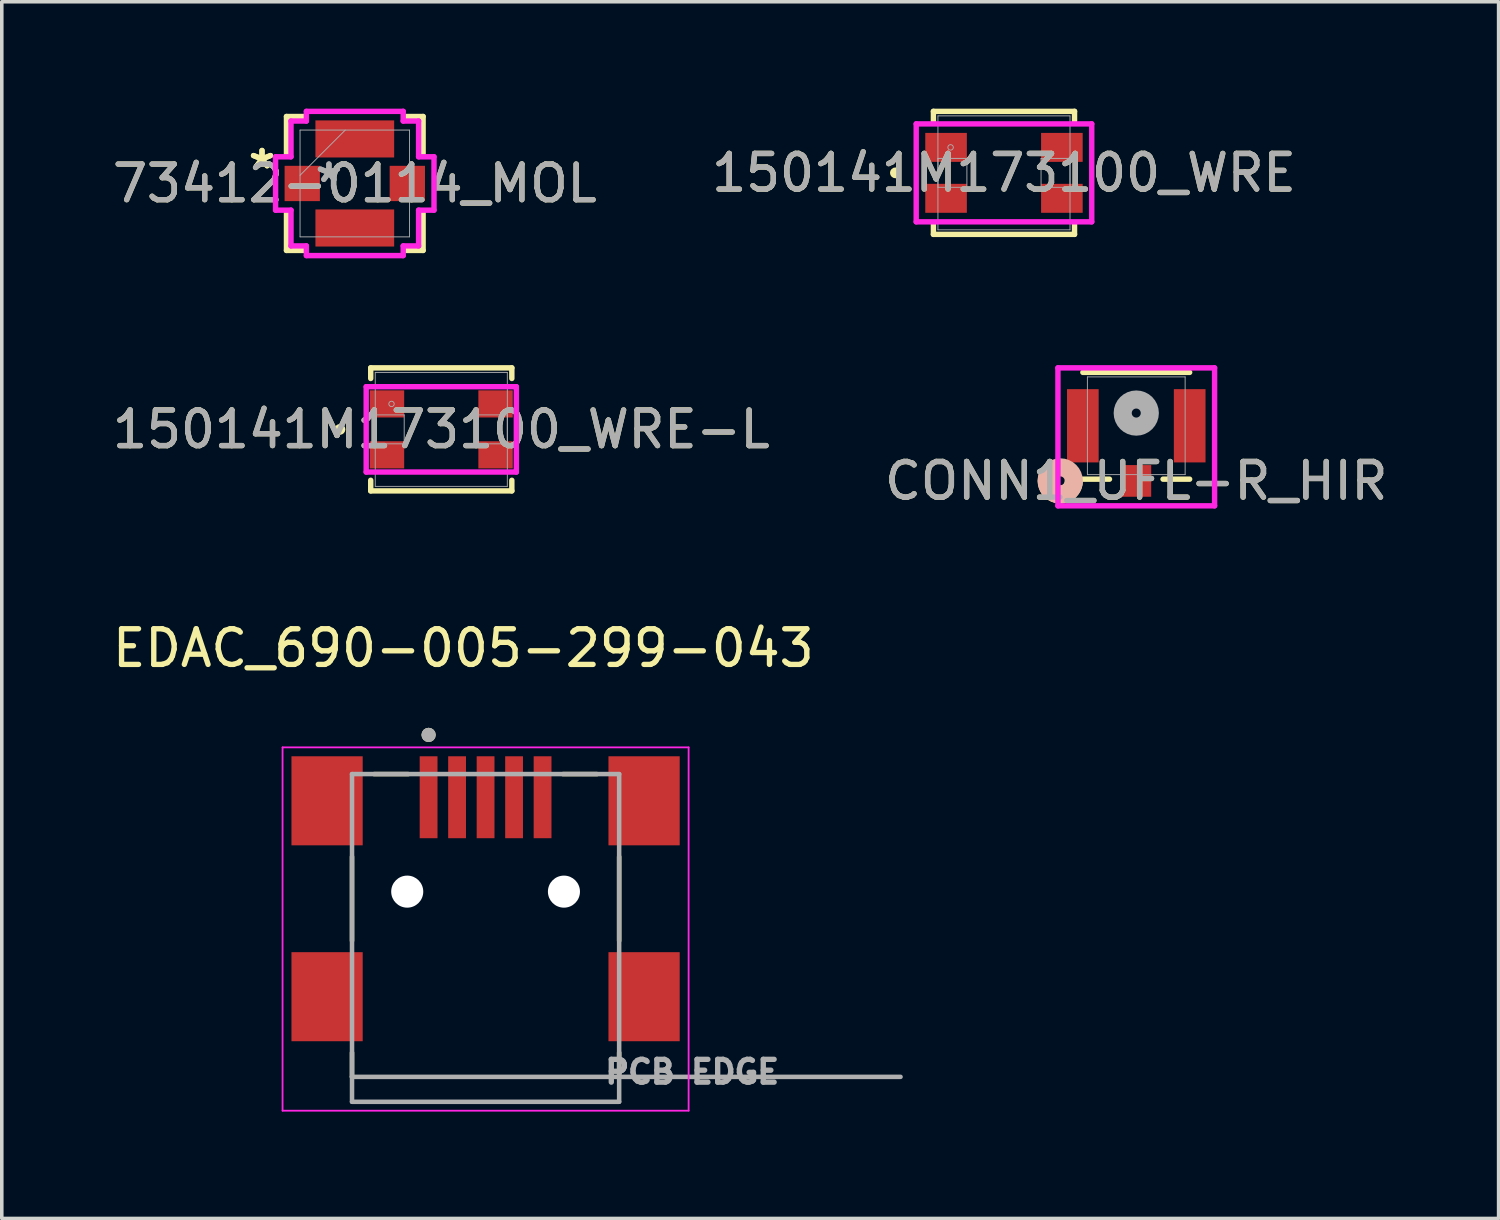
<source format=kicad_pcb>
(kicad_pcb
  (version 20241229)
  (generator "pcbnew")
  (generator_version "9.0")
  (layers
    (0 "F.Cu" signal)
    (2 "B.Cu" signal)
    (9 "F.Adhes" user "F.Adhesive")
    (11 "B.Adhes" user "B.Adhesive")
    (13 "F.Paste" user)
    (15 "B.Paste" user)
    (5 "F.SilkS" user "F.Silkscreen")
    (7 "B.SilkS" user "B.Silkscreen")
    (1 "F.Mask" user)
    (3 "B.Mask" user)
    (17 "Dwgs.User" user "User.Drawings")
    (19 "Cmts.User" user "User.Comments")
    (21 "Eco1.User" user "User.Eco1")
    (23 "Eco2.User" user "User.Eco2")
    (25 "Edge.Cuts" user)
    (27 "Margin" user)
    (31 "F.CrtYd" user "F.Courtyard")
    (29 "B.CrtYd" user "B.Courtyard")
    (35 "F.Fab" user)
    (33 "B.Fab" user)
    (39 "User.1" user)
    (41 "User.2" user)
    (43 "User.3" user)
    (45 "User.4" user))
  (footprint "EDAC_690-005-299-043"
    (layer "F.Cu")
    (at 10.583 21.983)
    (property "Reference" "EDAC_690-005-299-043" (at -0.625 -6.835 0) (layer "F.SilkS") (effects (font (size 1 1) (thickness 0.15))))
    (attr smd)
    (fp_line (start -3.75 1.38) (end -3.75 -0.98) (stroke (width 0.127) (type solid)) (layer "F.SilkS"))
    (fp_line (start -3.75 4.52) (end -3.75 5.2) (stroke (width 0.127) (type solid)) (layer "F.SilkS"))
    (fp_line (start -3.13 -3.3) (end -2.17 -3.3) (stroke (width 0.127) (type solid)) (layer "F.SilkS"))
    (fp_line (start 3.13 -3.3) (end 2.17 -3.3) (stroke (width 0.127) (type solid)) (layer "F.SilkS"))
    (fp_line (start 3.75 1.38) (end 3.75 -0.98) (stroke (width 0.127) (type solid)) (layer "F.SilkS"))
    (fp_line (start 3.75 4.52) (end 3.75 5.2) (stroke (width 0.127) (type solid)) (layer "F.SilkS"))
    (fp_circle (center -1.6 -4.4) (end -1.5 -4.4) (stroke (width 0.2) (type solid)) (fill no) (layer "F.SilkS"))
    (fp_line (start -5.7 -4.05) (end -5.7 6.15) (stroke (width 0.05) (type solid)) (layer "F.CrtYd"))
    (fp_line (start -5.7 6.15) (end 5.7 6.15) (stroke (width 0.05) (type solid)) (layer "F.CrtYd"))
    (fp_line (start 5.7 -4.05) (end -5.7 -4.05) (stroke (width 0.05) (type solid)) (layer "F.CrtYd"))
    (fp_line (start 5.7 6.15) (end 5.7 -4.05) (stroke (width 0.05) (type solid)) (layer "F.CrtYd"))
    (fp_line (start -3.75 -3.3) (end -3.75 5.2) (stroke (width 0.127) (type solid)) (layer "F.Fab"))
    (fp_line (start -3.75 5.2) (end -3.75 5.9) (stroke (width 0.127) (type solid)) (layer "F.Fab"))
    (fp_line (start -3.75 5.2) (end 11.65 5.2) (stroke (width 0.127) (type solid)) (layer "F.Fab"))
    (fp_line (start -3.75 5.9) (end 3.75 5.9) (stroke (width 0.127) (type solid)) (layer "F.Fab"))
    (fp_line (start 3.75 -3.3) (end -3.75 -3.3) (stroke (width 0.127) (type solid)) (layer "F.Fab"))
    (fp_line (start 3.75 5.9) (end 3.75 -3.3) (stroke (width 0.127) (type solid)) (layer "F.Fab"))
    (fp_circle (center -1.6 -4.4) (end -1.5 -4.4) (stroke (width 0.2) (type solid)) (fill no) (layer "F.Fab"))
    (fp_text user "PCB EDGE" (at 5.8 5.06 0) (layer "F.Fab") (effects (font (size 0.64 0.64) (thickness 0.15))))
    (pad "" np_thru_hole circle (at -2.2 0) (size 0.9 0.9) (drill 0.9) (layers "*.Cu" "*.Mask"))
    (pad "" np_thru_hole circle (at 2.2 0) (size 0.9 0.9) (drill 0.9) (layers "*.Cu" "*.Mask"))
    (pad "1" smd rect (at -1.6 -2.65) (size 0.5 2.3) (layers "F.Cu" "F.Mask" "F.Paste"))
    (pad "2" smd rect (at -0.8 -2.65) (size 0.5 2.3) (layers "F.Cu" "F.Mask" "F.Paste"))
    (pad "3" smd rect (at 0 -2.65) (size 0.5 2.3) (layers "F.Cu" "F.Mask" "F.Paste"))
    (pad "4" smd rect (at 0.8 -2.65) (size 0.5 2.3) (layers "F.Cu" "F.Mask" "F.Paste"))
    (pad "5" smd rect (at 1.6 -2.65) (size 0.5 2.3) (layers "F.Cu" "F.Mask" "F.Paste"))
    (pad "S1" smd rect (at -4.45 -2.55) (size 2 2.5) (layers "F.Cu" "F.Mask" "F.Paste"))
    (pad "S2" smd rect (at 4.45 -2.55) (size 2 2.5) (layers "F.Cu" "F.Mask" "F.Paste"))
    (pad "S3" smd rect (at 4.45 2.95) (size 2 2.5) (layers "F.Cu" "F.Mask" "F.Paste"))
    (pad "S4" smd rect (at -4.45 2.95) (size 2 2.5) (layers "F.Cu" "F.Mask" "F.Paste"))
    (zone (net_name "") (layer "F.Cu") (hatch full 0.508) (connect_pads) (min_thickness 0.01) (filled_areas_thickness no) (keepout (tracks not_allowed) (vias not_allowed) (pads not_allowed) (copperpour not_allowed) (footprints allowed)) (placement (enabled no)) (fill) (polygon (pts (xy 7.133 18.183) (xy 7.133 25.983) (xy 7.133 27.183) (xy 14.033 27.183) (xy 14.033 18.183) (xy 12.433 18.183) (xy 12.433 20.483) (xy 8.733 20.483) (xy 8.733 18.183))))
    (zone (net_name "") (layers "F.Cu" "B.Cu") (hatch full 0.508) (connect_pads) (min_thickness 0.01) (filled_areas_thickness no) (keepout (tracks allowed) (vias not_allowed) (pads allowed) (copperpour allowed) (footprints allowed)) (placement (enabled no)) (fill) (polygon (pts (xy 7.133 18.183) (xy 7.133 27.183) (xy 14.033 27.183) (xy 14.033 18.183) (xy 12.433 18.183) (xy 12.433 20.483) (xy 8.733 20.483) (xy 8.733 18.183)))))
  (footprint "73412-0114_MOL"
    (layer "F.Cu")
    (at 6.911 2.101)
    (property "Reference" "73412-0114_MOL" (at 0 0 0) (unlocked yes) (layer "F.SilkS") (effects (font (size 1 1) (thickness 0.15))))
    (attr smd)
    (fp_line (start -1.918 -1.88) (end -1.918 -0.828) (stroke (width 0.152) (type solid)) (layer "F.SilkS"))
    (fp_line (start -1.918 0.828) (end -1.918 1.88) (stroke (width 0.152) (type solid)) (layer "F.SilkS"))
    (fp_line (start -1.918 1.88) (end -1.419 1.88) (stroke (width 0.152) (type solid)) (layer "F.SilkS"))
    (fp_line (start -1.419 -1.88) (end -1.918 -1.88) (stroke (width 0.152) (type solid)) (layer "F.SilkS"))
    (fp_line (start 1.419 1.88) (end 1.918 1.88) (stroke (width 0.152) (type solid)) (layer "F.SilkS"))
    (fp_line (start 1.918 -1.88) (end 1.419 -1.88) (stroke (width 0.152) (type solid)) (layer "F.SilkS"))
    (fp_line (start 1.918 -0.828) (end 1.918 -1.88) (stroke (width 0.152) (type solid)) (layer "F.SilkS"))
    (fp_line (start 1.918 1.88) (end 1.918 0.828) (stroke (width 0.152) (type solid)) (layer "F.SilkS"))
    (fp_line (start -2.224 -0.749) (end -2.224 0.749) (stroke (width 0.152) (type solid)) (layer "F.CrtYd"))
    (fp_line (start -2.224 0.749) (end -1.791 0.749) (stroke (width 0.152) (type solid)) (layer "F.CrtYd"))
    (fp_line (start -1.791 -1.753) (end -1.791 -0.749) (stroke (width 0.152) (type solid)) (layer "F.CrtYd"))
    (fp_line (start -1.791 -0.749) (end -2.224 -0.749) (stroke (width 0.152) (type solid)) (layer "F.CrtYd"))
    (fp_line (start -1.791 0.749) (end -1.791 1.753) (stroke (width 0.152) (type solid)) (layer "F.CrtYd"))
    (fp_line (start -1.791 1.753) (end -1.359 1.753) (stroke (width 0.152) (type solid)) (layer "F.CrtYd"))
    (fp_line (start -1.359 -2.025) (end -1.359 -1.753) (stroke (width 0.152) (type solid)) (layer "F.CrtYd"))
    (fp_line (start -1.359 -1.753) (end -1.791 -1.753) (stroke (width 0.152) (type solid)) (layer "F.CrtYd"))
    (fp_line (start -1.359 1.753) (end -1.359 2.025) (stroke (width 0.152) (type solid)) (layer "F.CrtYd"))
    (fp_line (start -1.359 2.025) (end 1.359 2.025) (stroke (width 0.152) (type solid)) (layer "F.CrtYd"))
    (fp_line (start 1.359 -2.025) (end -1.359 -2.025) (stroke (width 0.152) (type solid)) (layer "F.CrtYd"))
    (fp_line (start 1.359 -1.753) (end 1.359 -2.025) (stroke (width 0.152) (type solid)) (layer "F.CrtYd"))
    (fp_line (start 1.359 1.753) (end 1.791 1.753) (stroke (width 0.152) (type solid)) (layer "F.CrtYd"))
    (fp_line (start 1.359 2.025) (end 1.359 1.753) (stroke (width 0.152) (type solid)) (layer "F.CrtYd"))
    (fp_line (start 1.791 -1.753) (end 1.359 -1.753) (stroke (width 0.152) (type solid)) (layer "F.CrtYd"))
    (fp_line (start 1.791 -0.749) (end 1.791 -1.753) (stroke (width 0.152) (type solid)) (layer "F.CrtYd"))
    (fp_line (start 1.791 0.749) (end 2.224 0.749) (stroke (width 0.152) (type solid)) (layer "F.CrtYd"))
    (fp_line (start 1.791 1.753) (end 1.791 0.749) (stroke (width 0.152) (type solid)) (layer "F.CrtYd"))
    (fp_line (start 2.224 -0.749) (end 1.791 -0.749) (stroke (width 0.152) (type solid)) (layer "F.CrtYd"))
    (fp_line (start 2.224 0.749) (end 2.224 -0.749) (stroke (width 0.152) (type solid)) (layer "F.CrtYd"))
    (fp_line (start -1.537 -1.499) (end -1.537 1.499) (stroke (width 0.025) (type solid)) (layer "F.Fab"))
    (fp_line (start -1.537 -0.229) (end -0.267 -1.499) (stroke (width 0.025) (type solid)) (layer "F.Fab"))
    (fp_line (start -1.537 1.499) (end 1.537 1.499) (stroke (width 0.025) (type solid)) (layer "F.Fab"))
    (fp_line (start 1.537 -1.499) (end -1.537 -1.499) (stroke (width 0.025) (type solid)) (layer "F.Fab"))
    (fp_line (start 1.537 1.499) (end 1.537 -1.499) (stroke (width 0.025) (type solid)) (layer "F.Fab"))
    (fp_text user "*" (at -2.605 -0.381 0) (unlocked yes) (layer "F.SilkS") (effects (font (size 1 1) (thickness 0.15))))
    (fp_text user "*" (at -2.605 -0.381 0) (layer "F.SilkS") (effects (font (size 1 1) (thickness 0.15))))
    (fp_text user "${REFERENCE}" (at 0 0 0) (unlocked yes) (layer "F.Fab") (effects (font (size 1 1) (thickness 0.15))))
    (fp_text user "*" (at -0.726 0 0) (unlocked yes) (layer "F.Fab") (effects (font (size 1 1) (thickness 0.15))))
    (fp_text user "*" (at -0.726 0 0) (layer "F.Fab") (effects (font (size 1 1) (thickness 0.15))))
    (pad "1" smd rect (at -1.475 0 90) (size 0.991 0.991) (layers "F.Cu" "F.Mask" "F.Paste"))
    (pad "2" smd rect (at 0 1.25) (size 2.21 1.041) (layers "F.Cu" "F.Mask" "F.Paste"))
    (pad "3" smd rect (at 1.475 0 90) (size 0.991 0.991) (layers "F.Cu" "F.Mask" "F.Paste"))
    (pad "4" smd rect (at 0 -1.25) (size 2.21 1.041) (layers "F.Cu" "F.Mask" "F.Paste")))
  (footprint "150141M173100_WRE-L"
    (layer "F.Cu")
    (at 9.339 9.005)
    (property "Reference" "150141M173100_WRE-L" (at 0 0 0) (unlocked yes) (layer "F.SilkS") (effects (font (size 1 1) (thickness 0.15))))
    (attr smd)
    (fp_line (start -1.981 -1.727) (end -1.981 -1.429) (stroke (width 0.152) (type solid)) (layer "F.SilkS"))
    (fp_line (start -1.981 1.429) (end -1.981 1.727) (stroke (width 0.152) (type solid)) (layer "F.SilkS"))
    (fp_line (start -1.981 1.727) (end 1.981 1.727) (stroke (width 0.152) (type solid)) (layer "F.SilkS"))
    (fp_line (start 1.981 -1.727) (end -1.981 -1.727) (stroke (width 0.152) (type solid)) (layer "F.SilkS"))
    (fp_line (start 1.981 -1.429) (end 1.981 -1.727) (stroke (width 0.152) (type solid)) (layer "F.SilkS"))
    (fp_line (start 1.981 1.727) (end 1.981 1.429) (stroke (width 0.152) (type solid)) (layer "F.SilkS"))
    (fp_circle (center -2.845 0) (end -2.769 0) (stroke (width 0.152) (type solid)) (fill no) (layer "F.SilkS"))
    (fp_line (start -2.108 -1.198) (end 2.108 -1.198) (stroke (width 0.152) (type solid)) (layer "F.CrtYd"))
    (fp_line (start -2.108 1.198) (end -2.108 -1.198) (stroke (width 0.152) (type solid)) (layer "F.CrtYd"))
    (fp_line (start 2.108 -1.198) (end 2.108 1.198) (stroke (width 0.152) (type solid)) (layer "F.CrtYd"))
    (fp_line (start 2.108 1.198) (end -2.108 1.198) (stroke (width 0.152) (type solid)) (layer "F.CrtYd"))
    (fp_line (start -1.854 -1.6) (end -1.854 1.6) (stroke (width 0.025) (type solid)) (layer "F.Fab"))
    (fp_line (start -1.854 -0.406) (end -1.854 0.406) (stroke (width 0.025) (type solid)) (layer "F.Fab"))
    (fp_line (start -1.854 0.406) (end -1.041 0.406) (stroke (width 0.025) (type solid)) (layer "F.Fab"))
    (fp_line (start -1.854 1.6) (end 1.854 1.6) (stroke (width 0.025) (type solid)) (layer "F.Fab"))
    (fp_line (start -1.041 -0.406) (end -1.854 -0.406) (stroke (width 0.025) (type solid)) (layer "F.Fab"))
    (fp_line (start -1.041 0.406) (end -1.041 -0.406) (stroke (width 0.025) (type solid)) (layer "F.Fab"))
    (fp_line (start 1.041 -0.406) (end 1.041 0.406) (stroke (width 0.025) (type solid)) (layer "F.Fab"))
    (fp_line (start 1.041 0.406) (end 1.854 0.406) (stroke (width 0.025) (type solid)) (layer "F.Fab"))
    (fp_line (start 1.854 -1.6) (end -1.854 -1.6) (stroke (width 0.025) (type solid)) (layer "F.Fab"))
    (fp_line (start 1.854 -0.406) (end 1.041 -0.406) (stroke (width 0.025) (type solid)) (layer "F.Fab"))
    (fp_line (start 1.854 0.406) (end 1.854 -0.406) (stroke (width 0.025) (type solid)) (layer "F.Fab"))
    (fp_line (start 1.854 1.6) (end 1.854 -1.6) (stroke (width 0.025) (type solid)) (layer "F.Fab"))
    (fp_circle (center -1.397 -0.715) (end -1.321 -0.715) (stroke (width 0.025) (type solid)) (fill no) (layer "F.Fab"))
    (fp_text user "${REFERENCE}" (at 0 0 0) (unlocked yes) (layer "F.Fab") (effects (font (size 1 1) (thickness 0.15))))
    (pad "1" smd rect (at -1.524 -0.715) (size 0.965 0.762) (layers "F.Cu" "F.Mask" "F.Paste"))
    (pad "2" smd rect (at -1.524 0.715) (size 0.965 0.762) (layers "F.Cu" "F.Mask" "F.Paste"))
    (pad "3" smd rect (at 1.524 0.715) (size 0.965 0.762) (layers "F.Cu" "F.Mask" "F.Paste"))
    (pad "4" smd rect (at 1.524 -0.715) (size 0.965 0.762) (layers "F.Cu" "F.Mask" "F.Paste"))
    (zone (net_name "") (layer "F.Cu") (hatch full 0.508) (connect_pads) (min_thickness 0.254) (filled_areas_thickness no) (keepout (tracks not_allowed) (vias not_allowed) (pads allowed) (copperpour not_allowed) (footprints allowed)) (placement (enabled no)) (fill) (polygon (pts (xy 8.349 7.456) (xy 10.33 7.456) (xy 10.33 10.555) (xy 8.349 10.555)))))
  (footprint "CONN1_UFL-R_HIR"
    (layer "F.Cu")
    (at 28.851 8.904)
    (property "Reference" "CONN1_UFL-R_HIR" (at 0 1.548 0) (unlocked yes) (layer "F.SilkS") (effects (font (size 1 1) (thickness 0.15))))
    (attr smd)
    (fp_line (start -1.499 1.499) (end -0.752 1.499) (stroke (width 0.152) (type solid)) (layer "F.SilkS"))
    (fp_line (start 0.752 1.499) (end 1.499 1.499) (stroke (width 0.152) (type solid)) (layer "F.SilkS"))
    (fp_line (start 1.499 -1.499) (end -1.499 -1.499) (stroke (width 0.152) (type solid)) (layer "F.SilkS"))
    (fp_arc (start -1.7526 1.548399) (mid -2.285063 1.897999) (end -2.394175 1.27044) (stroke (width 0.508) (type solid)) (layer "F.SilkS"))
    (fp_circle (center -2.134 1.548) (end -1.753 1.548) (stroke (width 0.508) (type solid)) (fill no) (layer "B.SilkS"))
    (fp_line (start -2.199 -1.626) (end -2.199 2.247) (stroke (width 0.152) (type solid)) (layer "F.CrtYd"))
    (fp_line (start -2.199 2.247) (end 2.199 2.247) (stroke (width 0.152) (type solid)) (layer "F.CrtYd"))
    (fp_line (start 2.199 -1.626) (end -2.199 -1.626) (stroke (width 0.152) (type solid)) (layer "F.CrtYd"))
    (fp_line (start 2.199 2.247) (end 2.199 -1.626) (stroke (width 0.152) (type solid)) (layer "F.CrtYd"))
    (fp_line (start -1.372 -1.372) (end -1.372 1.372) (stroke (width 0.025) (type solid)) (layer "F.Fab"))
    (fp_line (start -1.372 1.372) (end 1.372 1.372) (stroke (width 0.025) (type solid)) (layer "F.Fab"))
    (fp_line (start 1.372 -1.372) (end -1.372 -1.372) (stroke (width 0.025) (type solid)) (layer "F.Fab"))
    (fp_line (start 1.372 1.372) (end 1.372 -1.372) (stroke (width 0.025) (type solid)) (layer "F.Fab"))
    (fp_circle (center 0 -0.357) (end 0.381 -0.357) (stroke (width 0.508) (type solid)) (fill no) (layer "F.Fab"))
    (fp_text user "${REFERENCE}" (at 0 1.548 0) (unlocked yes) (layer "F.Fab") (effects (font (size 1 1) (thickness 0.15))))
    (pad "1" smd rect (at 0 1.548) (size 0.838 0.889) (layers "F.Cu" "F.Mask" "F.Paste"))
    (pad "2" smd rect (at -1.5 0) (size 0.889 2.057) (layers "F.Cu" "F.Mask" "F.Paste"))
    (pad "3" smd rect (at 1.5 0) (size 0.889 2.057) (layers "F.Cu" "F.Mask" "F.Paste")))
  (footprint "150141M173100_WRE"
    (layer "F.Cu")
    (at 25.137 1.803)
    (property "Reference" "150141M173100_WRE" (at 0 0 0) (unlocked yes) (layer "F.SilkS") (effects (font (size 1 1) (thickness 0.15))))
    (attr smd)
    (fp_line (start -1.981 -1.727) (end -1.981 -1.454) (stroke (width 0.152) (type solid)) (layer "F.SilkS"))
    (fp_line (start -1.981 1.454) (end -1.981 1.727) (stroke (width 0.152) (type solid)) (layer "F.SilkS"))
    (fp_line (start -1.981 1.727) (end 1.981 1.727) (stroke (width 0.152) (type solid)) (layer "F.SilkS"))
    (fp_line (start 1.981 -1.727) (end -1.981 -1.727) (stroke (width 0.152) (type solid)) (layer "F.SilkS"))
    (fp_line (start 1.981 -1.454) (end 1.981 -1.727) (stroke (width 0.152) (type solid)) (layer "F.SilkS"))
    (fp_line (start 1.981 1.727) (end 1.981 1.454) (stroke (width 0.152) (type solid)) (layer "F.SilkS"))
    (fp_circle (center -3.048 0) (end -2.972 0) (stroke (width 0.152) (type solid)) (fill no) (layer "F.SilkS"))
    (fp_line (start -2.464 -1.375) (end 2.464 -1.375) (stroke (width 0.152) (type solid)) (layer "F.CrtYd"))
    (fp_line (start -2.464 1.375) (end -2.464 -1.375) (stroke (width 0.152) (type solid)) (layer "F.CrtYd"))
    (fp_line (start 2.464 -1.375) (end 2.464 1.375) (stroke (width 0.152) (type solid)) (layer "F.CrtYd"))
    (fp_line (start 2.464 1.375) (end -2.464 1.375) (stroke (width 0.152) (type solid)) (layer "F.CrtYd"))
    (fp_line (start -1.854 -1.6) (end -1.854 1.6) (stroke (width 0.025) (type solid)) (layer "F.Fab"))
    (fp_line (start -1.854 -0.406) (end -1.854 0.406) (stroke (width 0.025) (type solid)) (layer "F.Fab"))
    (fp_line (start -1.854 0.406) (end -1.041 0.406) (stroke (width 0.025) (type solid)) (layer "F.Fab"))
    (fp_line (start -1.854 1.6) (end 1.854 1.6) (stroke (width 0.025) (type solid)) (layer "F.Fab"))
    (fp_line (start -1.041 -0.406) (end -1.854 -0.406) (stroke (width 0.025) (type solid)) (layer "F.Fab"))
    (fp_line (start -1.041 0.406) (end -1.041 -0.406) (stroke (width 0.025) (type solid)) (layer "F.Fab"))
    (fp_line (start 1.041 -0.406) (end 1.041 0.406) (stroke (width 0.025) (type solid)) (layer "F.Fab"))
    (fp_line (start 1.041 0.406) (end 1.854 0.406) (stroke (width 0.025) (type solid)) (layer "F.Fab"))
    (fp_line (start 1.854 -1.6) (end -1.854 -1.6) (stroke (width 0.025) (type solid)) (layer "F.Fab"))
    (fp_line (start 1.854 -0.406) (end 1.041 -0.406) (stroke (width 0.025) (type solid)) (layer "F.Fab"))
    (fp_line (start 1.854 0.406) (end 1.854 -0.406) (stroke (width 0.025) (type solid)) (layer "F.Fab"))
    (fp_line (start 1.854 1.6) (end 1.854 -1.6) (stroke (width 0.025) (type solid)) (layer "F.Fab"))
    (fp_circle (center -1.499 -0.715) (end -1.422 -0.715) (stroke (width 0.025) (type solid)) (fill no) (layer "F.Fab"))
    (fp_text user "${REFERENCE}" (at 0 0 0) (unlocked yes) (layer "F.Fab") (effects (font (size 1 1) (thickness 0.15))))
    (pad "1" smd rect (at -1.626 -0.715) (size 1.168 0.813) (layers "F.Cu" "F.Mask" "F.Paste"))
    (pad "2" smd rect (at -1.626 0.715) (size 1.168 0.813) (layers "F.Cu" "F.Mask" "F.Paste"))
    (pad "3" smd rect (at 1.626 0.715) (size 1.168 0.813) (layers "F.Cu" "F.Mask" "F.Paste"))
    (pad "4" smd rect (at 1.626 -0.715) (size 1.168 0.813) (layers "F.Cu" "F.Mask" "F.Paste"))
    (zone (net_name "") (layer "F.Cu") (hatch full 0.508) (connect_pads) (min_thickness 0.254) (filled_areas_thickness no) (keepout (tracks not_allowed) (vias not_allowed) (pads allowed) (copperpour not_allowed) (footprints allowed)) (placement (enabled no)) (fill) (polygon (pts (xy 24.146 0.254) (xy 26.128 0.254) (xy 26.128 3.353) (xy 24.146 3.353)))))
  (gr_rect
    (start -3 -3)
    (end 39.024 31.158)
    (stroke (width 0.1) (type default))
    (fill no)
    (layer "Edge.Cuts")))
</source>
